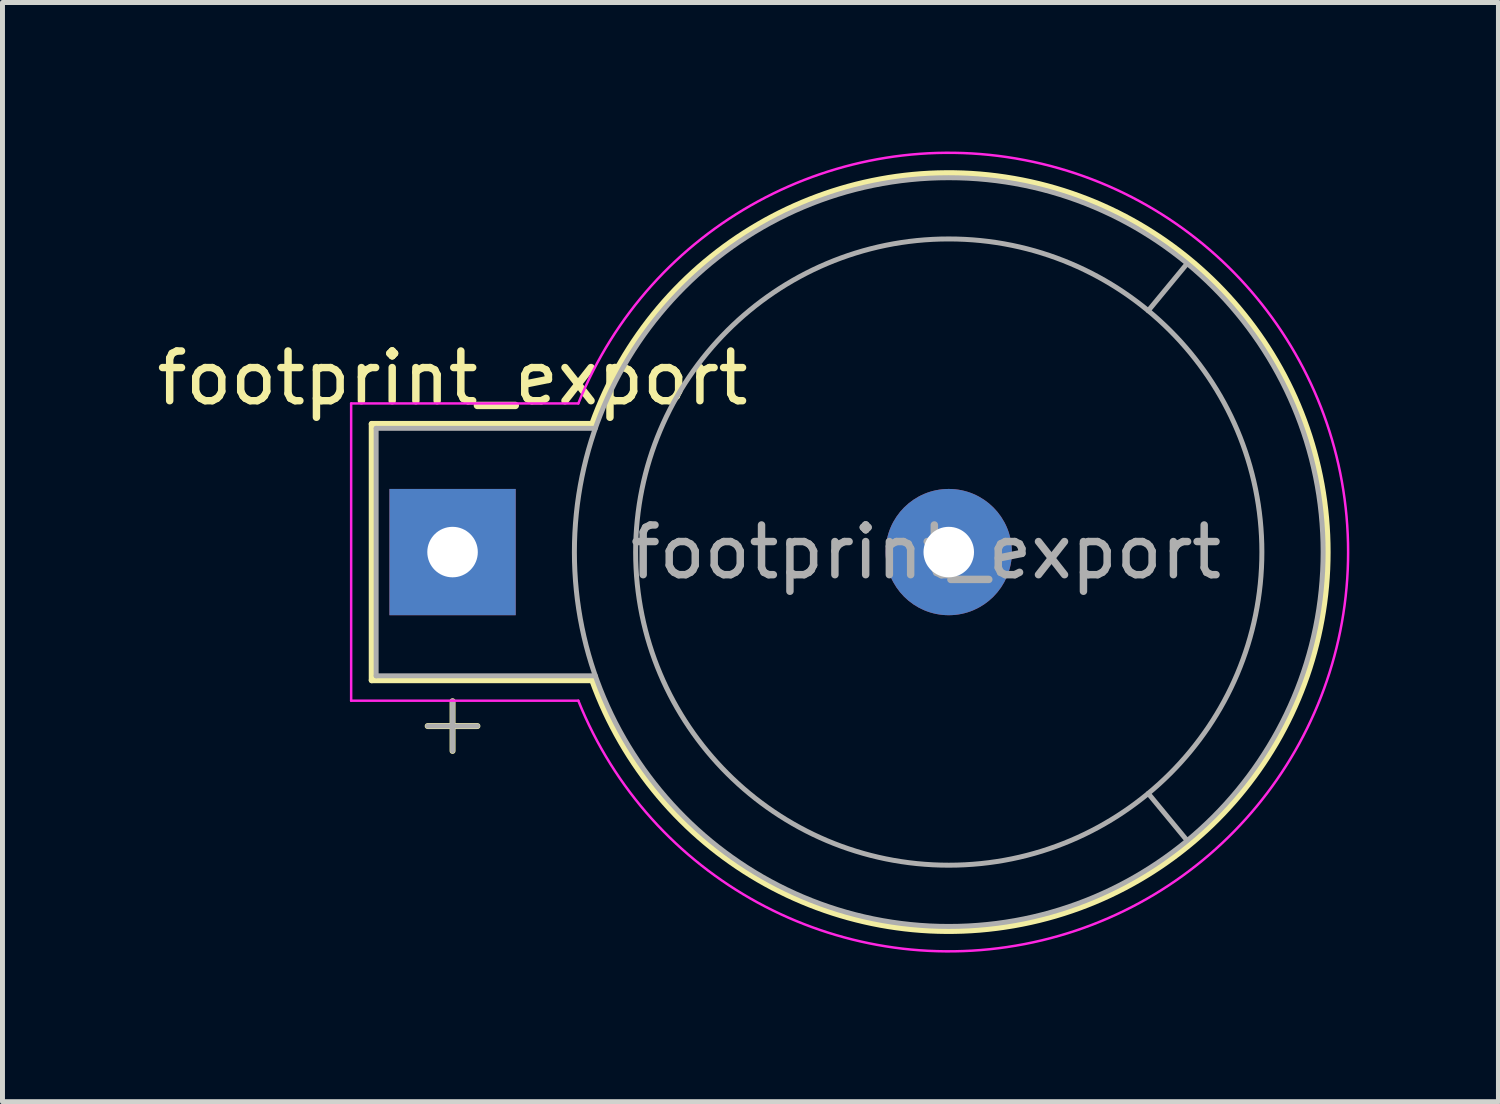
<source format=kicad_pcb>
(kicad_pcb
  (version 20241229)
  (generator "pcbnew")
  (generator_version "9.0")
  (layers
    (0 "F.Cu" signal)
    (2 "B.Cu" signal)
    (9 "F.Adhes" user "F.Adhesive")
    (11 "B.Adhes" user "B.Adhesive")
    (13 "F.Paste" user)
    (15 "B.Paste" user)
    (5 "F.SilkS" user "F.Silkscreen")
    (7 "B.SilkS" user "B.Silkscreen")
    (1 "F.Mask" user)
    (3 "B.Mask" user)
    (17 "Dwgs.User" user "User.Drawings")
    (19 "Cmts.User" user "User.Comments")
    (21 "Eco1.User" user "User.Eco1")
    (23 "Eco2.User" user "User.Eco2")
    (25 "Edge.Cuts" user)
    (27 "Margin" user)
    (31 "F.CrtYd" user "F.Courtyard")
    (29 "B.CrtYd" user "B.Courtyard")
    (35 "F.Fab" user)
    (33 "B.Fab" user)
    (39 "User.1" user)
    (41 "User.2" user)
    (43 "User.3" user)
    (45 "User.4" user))
  (footprint "footprint_export"
    (layer "F.Cu")
    (at 6.054 8.056)
    (property "Reference" "footprint_export" (at 0 -3.5 0) (layer "F.SilkS") (effects (font (size 1 1) (thickness 0.15))))
    (attr through_hole)
    (fp_line (start -1.626 -2.578) (end -1.626 2.578) (stroke (width 0.12) (type default)) (layer "F.SilkS"))
    (fp_line (start -1.626 -2.578) (end 2.81 -2.578) (stroke (width 0.12) (type solid)) (layer "F.SilkS"))
    (fp_line (start -1.626 2.578) (end 2.81 2.578) (stroke (width 0.12) (type solid)) (layer "F.SilkS"))
    (fp_line (start 0 3) (end 0 4) (stroke (width 0.12) (type default)) (layer "F.SilkS"))
    (fp_line (start 0.5 3.5) (end -0.5 3.5) (stroke (width 0.12) (type default)) (layer "F.SilkS"))
    (fp_arc (start 2.81 -2.5781) (mid 17.603686 0) (end 2.81 2.5781) (stroke (width 0.12) (type default)) (layer "F.SilkS"))
    (fp_line (start -2.04 -2.99) (end 2.53 -2.99) (stroke (width 0.05) (type solid)) (layer "F.CrtYd"))
    (fp_line (start -2.04 2.99) (end -2.04 -2.99) (stroke (width 0.05) (type solid)) (layer "F.CrtYd"))
    (fp_line (start -2.04 2.99) (end 2.53 2.99) (stroke (width 0.05) (type solid)) (layer "F.CrtYd"))
    (fp_arc (start 2.53 -2.99) (mid 18.015634 0) (end 2.53 2.99) (stroke (width 0.05) (type default)) (layer "F.CrtYd"))
    (fp_line (start -1.537 -2.489) (end 2.87 -2.489) (stroke (width 0.1) (type solid)) (layer "F.Fab"))
    (fp_line (start -1.537 2.489) (end -1.537 -2.489) (stroke (width 0.1) (type solid)) (layer "F.Fab"))
    (fp_line (start -1.537 2.489) (end 2.87 2.489) (stroke (width 0.1) (type solid)) (layer "F.Fab"))
    (fp_line (start 0 3) (end 0 4) (stroke (width 0.1) (type default)) (layer "F.Fab"))
    (fp_line (start 0.5 3.5) (end -0.5 3.5) (stroke (width 0.1) (type default)) (layer "F.Fab"))
    (fp_line (start 13.995 -4.856) (end 14.771 -5.796) (stroke (width 0.1) (type solid)) (layer "F.Fab"))
    (fp_line (start 13.995 4.856) (end 14.771 5.796) (stroke (width 0.1) (type solid)) (layer "F.Fab"))
    (fp_circle (center 9.982 0) (end 16.281 0) (stroke (width 0.1) (type solid)) (fill no) (layer "F.Fab"))
    (fp_circle (center 9.982 0) (end 17.513 0) (stroke (width 0.1) (type default)) (fill no) (layer "F.Fab"))
    (fp_text user "${REFERENCE}" (at 9.525 0 0) (layer "F.Fab") (effects (font (size 1 1) (thickness 0.15))))
    (pad "1" thru_hole rect (at 0 0) (size 2.54 2.54) (drill 1.016) (layers "*.Cu" "*.Mask"))
    (pad "2" thru_hole circle (at 9.982 0) (size 2.54 2.54) (drill 1.016) (layers "*.Cu" "*.Mask")))
  (gr_rect
    (start -3 -3)
    (end 27.094 19.113)
    (stroke (width 0.1) (type default))
    (fill no)
    (layer "Edge.Cuts")))
</source>
